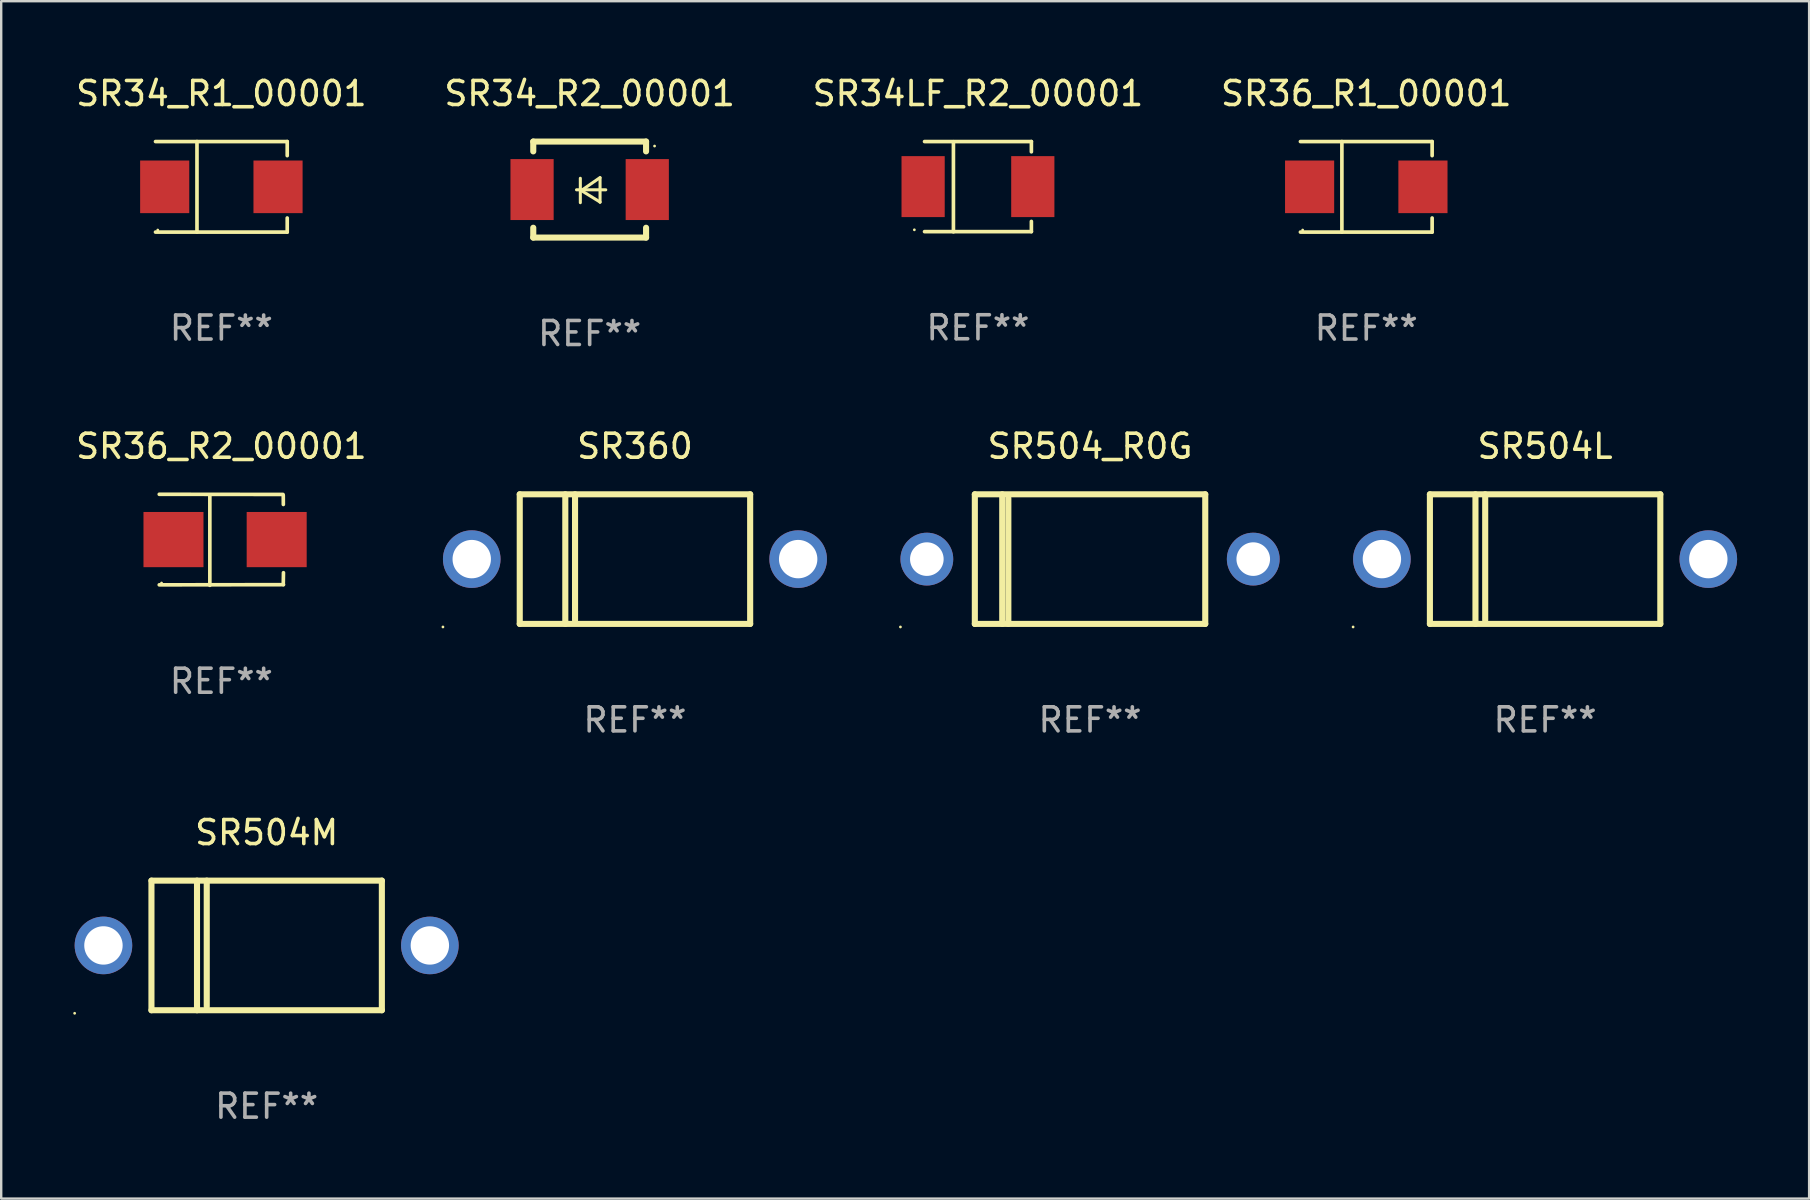
<source format=kicad_pcb>
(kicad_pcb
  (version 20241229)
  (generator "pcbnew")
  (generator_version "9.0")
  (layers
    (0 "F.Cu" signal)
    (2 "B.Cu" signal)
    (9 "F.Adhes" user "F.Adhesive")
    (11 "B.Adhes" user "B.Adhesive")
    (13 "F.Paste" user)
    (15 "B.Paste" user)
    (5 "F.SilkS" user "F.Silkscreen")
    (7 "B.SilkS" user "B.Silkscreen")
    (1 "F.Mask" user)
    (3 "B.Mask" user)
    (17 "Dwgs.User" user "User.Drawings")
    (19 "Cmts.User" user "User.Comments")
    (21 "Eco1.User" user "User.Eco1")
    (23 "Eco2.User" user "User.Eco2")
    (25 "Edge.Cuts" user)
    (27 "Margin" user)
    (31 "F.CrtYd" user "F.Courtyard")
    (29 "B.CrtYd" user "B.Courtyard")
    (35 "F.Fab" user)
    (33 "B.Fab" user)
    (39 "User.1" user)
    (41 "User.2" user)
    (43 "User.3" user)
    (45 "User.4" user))
  (footprint "SR36_R1_00001"
    (layer "F.Cu")
    (at 53.875 4.734)
    (property "Reference" "SR36_R1_00001" (at 0 -3.886 0) (layer "F.SilkS") (effects (font (size 1 1) (thickness 0.15))))
    (attr through_hole)
    (fp_line (start -2.744 -1.886) (end 2.744 -1.886) (stroke (width 0.152) (type solid)) (layer "F.SilkS"))
    (fp_line (start -2.744 1.886) (end 2.744 1.886) (stroke (width 0.152) (type solid)) (layer "F.SilkS"))
    (fp_line (start -1.016 -1.886) (end -1.016 1.886) (stroke (width 0.152) (type solid)) (layer "F.SilkS"))
    (fp_line (start 2.744 -1.886) (end 2.744 -1.299) (stroke (width 0.152) (type solid)) (layer "F.SilkS"))
    (fp_line (start 2.744 1.886) (end 2.744 1.299) (stroke (width 0.152) (type solid)) (layer "F.SilkS"))
    (fp_circle (center -2.65 1.8) (end -2.62 1.8) (stroke (width 0.06) (type solid)) (fill no) (layer "F.SilkS"))
    (fp_text user "REF**" (at 0 5.886 0) (layer "F.Fab") (effects (font (size 1 1) (thickness 0.15))))
    (pad "1" smd rect (at -2.361 0) (size 2.047 2.192) (layers "F.Cu" "F.Mask" "F.Paste"))
    (pad "2" smd rect (at 2.361 0) (size 2.047 2.192) (layers "F.Cu" "F.Mask" "F.Paste")))
  (footprint "SR504M"
    (layer "F.Cu")
    (at 8.06 36.341)
    (property "Reference" "SR504M" (at 0 -4.7 0) (layer "F.SilkS") (effects (font (size 1 1) (thickness 0.15))))
    (attr through_hole)
    (fp_line (start -4.8 -2.7) (end -4.8 2.7) (stroke (width 0.254) (type solid)) (layer "F.SilkS"))
    (fp_line (start -4.8 -2.7) (end 4.8 -2.7) (stroke (width 0.254) (type solid)) (layer "F.SilkS"))
    (fp_line (start -2.902 -2.7) (end -2.902 2.7) (stroke (width 0.254) (type solid)) (layer "F.SilkS"))
    (fp_line (start -2.496 -2.7) (end -2.496 2.54) (stroke (width 0.254) (type solid)) (layer "F.SilkS"))
    (fp_line (start 4.8 -2.7) (end 4.8 2.7) (stroke (width 0.254) (type solid)) (layer "F.SilkS"))
    (fp_line (start 4.8 2.7) (end -4.8 2.7) (stroke (width 0.254) (type solid)) (layer "F.SilkS"))
    (fp_circle (center -8 2.827) (end -7.97 2.827) (stroke (width 0.06) (type solid)) (fill no) (layer "F.SilkS"))
    (fp_text user "REF**" (at 0 6.7 0) (layer "F.Fab") (effects (font (size 1 1) (thickness 0.15))))
    (pad "1" thru_hole circle (at -6.8 0) (size 2.4 2.4) (drill 1.6) (layers "*.Cu" "*.Mask"))
    (pad "2" thru_hole circle (at 6.8 0) (size 2.4 2.4) (drill 1.6) (layers "*.Cu" "*.Mask")))
  (footprint "SR34_R2_00001"
    (layer "F.Cu")
    (at 21.518 4.848)
    (property "Reference" "SR34_R2_00001" (at 0 -4 0) (layer "F.SilkS") (effects (font (size 1 1) (thickness 0.15))))
    (attr through_hole)
    (fp_line (start -2.35 -2) (end -2.35 -1.591) (stroke (width 0.254) (type solid)) (layer "F.SilkS"))
    (fp_line (start -2.35 -2) (end 2.35 -2) (stroke (width 0.254) (type solid)) (layer "F.SilkS"))
    (fp_line (start -2.35 1.591) (end -2.35 2) (stroke (width 0.254) (type solid)) (layer "F.SilkS"))
    (fp_line (start -2.35 2) (end 2.35 2) (stroke (width 0.254) (type solid)) (layer "F.SilkS"))
    (fp_line (start -0.548 0.01) (end 0.671 0.01) (stroke (width 0.127) (type solid)) (layer "F.SilkS"))
    (fp_line (start -0.389 -0.47) (end -0.389 0.546) (stroke (width 0.127) (type solid)) (layer "F.SilkS"))
    (fp_line (start -0.35 0.04) (end 0.433 0.52) (stroke (width 0.127) (type solid)) (layer "F.SilkS"))
    (fp_line (start 0.433 -0.5) (end -0.35 0.04) (stroke (width 0.127) (type solid)) (layer "F.SilkS"))
    (fp_line (start 0.433 0.53) (end 0.433 -0.486) (stroke (width 0.127) (type solid)) (layer "F.SilkS"))
    (fp_line (start 2.35 -2) (end 2.35 -1.591) (stroke (width 0.254) (type solid)) (layer "F.SilkS"))
    (fp_line (start 2.35 1.591) (end 2.35 2) (stroke (width 0.254) (type solid)) (layer "F.SilkS"))
    (fp_circle (center 2.704 -1.813) (end 2.734 -1.813) (stroke (width 0.06) (type solid)) (fill no) (layer "F.SilkS"))
    (fp_text user "REF**" (at 0 6 0) (layer "F.Fab") (effects (font (size 1 1) (thickness 0.15))))
    (pad "1" smd rect (at 2.4 0) (size 1.8 2.54) (layers "F.Cu" "F.Mask" "F.Paste"))
    (pad "2" smd rect (at -2.4 0) (size 1.8 2.54) (layers "F.Cu" "F.Mask" "F.Paste")))
  (footprint "SR360"
    (layer "F.Cu")
    (at 23.405 20.245)
    (property "Reference" "SR360" (at 0 -4.7 0) (layer "F.SilkS") (effects (font (size 1 1) (thickness 0.15))))
    (attr through_hole)
    (fp_line (start -4.8 -2.7) (end -4.8 2.7) (stroke (width 0.254) (type solid)) (layer "F.SilkS"))
    (fp_line (start -4.8 -2.7) (end 4.8 -2.7) (stroke (width 0.254) (type solid)) (layer "F.SilkS"))
    (fp_line (start -2.902 -2.7) (end -2.902 2.7) (stroke (width 0.254) (type solid)) (layer "F.SilkS"))
    (fp_line (start -2.496 -2.7) (end -2.496 2.54) (stroke (width 0.254) (type solid)) (layer "F.SilkS"))
    (fp_line (start 4.8 -2.7) (end 4.8 2.7) (stroke (width 0.254) (type solid)) (layer "F.SilkS"))
    (fp_line (start 4.8 2.7) (end -4.8 2.7) (stroke (width 0.254) (type solid)) (layer "F.SilkS"))
    (fp_circle (center -8 2.827) (end -7.97 2.827) (stroke (width 0.06) (type solid)) (fill no) (layer "F.SilkS"))
    (fp_text user "REF**" (at 0 6.7 0) (layer "F.Fab") (effects (font (size 1 1) (thickness 0.15))))
    (pad "1" thru_hole circle (at -6.8 0) (size 2.4 2.4) (drill 1.6) (layers "*.Cu" "*.Mask"))
    (pad "2" thru_hole circle (at 6.8 0) (size 2.4 2.4) (drill 1.6) (layers "*.Cu" "*.Mask")))
  (footprint "SR36_R2_00001"
    (layer "F.Cu")
    (at 6.173 19.44)
    (property "Reference" "SR36_R2_00001" (at 0 -3.896 0) (layer "F.SilkS") (effects (font (size 1 1) (thickness 0.15))))
    (attr through_hole)
    (fp_line (start -2.588 -1.896) (end 2.568 -1.889) (stroke (width 0.152) (type solid)) (layer "F.SilkS"))
    (fp_line (start -2.588 1.877) (end 2.588 1.87) (stroke (width 0.152) (type solid)) (layer "F.SilkS"))
    (fp_line (start -0.48 1.896) (end -0.48 -1.871) (stroke (width 0.152) (type solid)) (layer "F.SilkS"))
    (fp_line (start 2.579 -1.849) (end 2.582 -1.472) (stroke (width 0.152) (type solid)) (layer "F.SilkS"))
    (fp_line (start 2.579 1.867) (end 2.587 1.372) (stroke (width 0.152) (type solid)) (layer "F.SilkS"))
    (fp_circle (center -2.492 1.801) (end -2.462 1.801) (stroke (width 0.06) (type solid)) (fill no) (layer "F.SilkS"))
    (fp_text user "REF**" (at 0 5.896 0) (layer "F.Fab") (effects (font (size 1 1) (thickness 0.15))))
    (pad "1" smd rect (at -1.995 -0.009) (size 2.5 2.3) (layers "F.Cu" "F.Mask" "F.Paste"))
    (pad "2" smd rect (at 2.305 -0.009) (size 2.5 2.3) (layers "F.Cu" "F.Mask" "F.Paste")))
  (footprint "SR504_R0G"
    (layer "F.Cu")
    (at 42.366 20.245)
    (property "Reference" "SR504_R0G" (at 0 -4.7 0) (layer "F.SilkS") (effects (font (size 1 1) (thickness 0.15))))
    (attr through_hole)
    (fp_line (start -4.8 -2.7) (end 4.8 -2.7) (stroke (width 0.254) (type solid)) (layer "F.SilkS"))
    (fp_line (start -4.8 2.7) (end -4.8 -2.7) (stroke (width 0.254) (type solid)) (layer "F.SilkS"))
    (fp_line (start -3.658 2.7) (end -3.658 -2.7) (stroke (width 0.254) (type solid)) (layer "F.SilkS"))
    (fp_line (start -3.404 2.7) (end -3.404 -2.54) (stroke (width 0.254) (type solid)) (layer "F.SilkS"))
    (fp_line (start 4.8 2.7) (end -4.8 2.7) (stroke (width 0.254) (type solid)) (layer "F.SilkS"))
    (fp_line (start 4.8 2.7) (end 4.8 -2.7) (stroke (width 0.254) (type solid)) (layer "F.SilkS"))
    (fp_circle (center -7.9 2.827) (end -7.87 2.827) (stroke (width 0.06) (type solid)) (fill no) (layer "F.SilkS"))
    (fp_text user "REF**" (at 0 6.7 0) (layer "F.Fab") (effects (font (size 1 1) (thickness 0.15))))
    (pad "1" thru_hole circle (at -6.8 0) (size 2.2 2.2) (drill 1.4) (layers "*.Cu" "*.Mask"))
    (pad "2" thru_hole circle (at 6.8 0) (size 2.2 2.2) (drill 1.4) (layers "*.Cu" "*.Mask")))
  (footprint "SR34_R1_00001"
    (layer "F.Cu")
    (at 6.173 4.734)
    (property "Reference" "SR34_R1_00001" (at 0 -3.886 0) (layer "F.SilkS") (effects (font (size 1 1) (thickness 0.15))))
    (attr through_hole)
    (fp_line (start -2.744 -1.886) (end 2.744 -1.886) (stroke (width 0.152) (type solid)) (layer "F.SilkS"))
    (fp_line (start -2.744 1.886) (end 2.744 1.886) (stroke (width 0.152) (type solid)) (layer "F.SilkS"))
    (fp_line (start -1.016 -1.886) (end -1.016 1.886) (stroke (width 0.152) (type solid)) (layer "F.SilkS"))
    (fp_line (start 2.744 -1.886) (end 2.744 -1.299) (stroke (width 0.152) (type solid)) (layer "F.SilkS"))
    (fp_line (start 2.744 1.886) (end 2.744 1.299) (stroke (width 0.152) (type solid)) (layer "F.SilkS"))
    (fp_circle (center -2.65 1.8) (end -2.62 1.8) (stroke (width 0.06) (type solid)) (fill no) (layer "F.SilkS"))
    (fp_text user "REF**" (at 0 5.886 0) (layer "F.Fab") (effects (font (size 1 1) (thickness 0.15))))
    (pad "1" smd rect (at -2.361 0) (size 2.047 2.192) (layers "F.Cu" "F.Mask" "F.Paste"))
    (pad "2" smd rect (at 2.361 0) (size 2.047 2.192) (layers "F.Cu" "F.Mask" "F.Paste")))
  (footprint "SR34LF_R2_00001"
    (layer "F.Cu")
    (at 37.696 4.728)
    (property "Reference" "SR34LF_R2_00001" (at 0 -3.88 0) (layer "F.SilkS") (effects (font (size 1 1) (thickness 0.15))))
    (attr through_hole)
    (fp_line (start -2.226 -1.88) (end 2.226 -1.88) (stroke (width 0.152) (type solid)) (layer "F.SilkS"))
    (fp_line (start -2.226 1.873) (end 2.226 1.873) (stroke (width 0.152) (type solid)) (layer "F.SilkS"))
    (fp_line (start -1.022 -1.873) (end -1.022 1.88) (stroke (width 0.152) (type solid)) (layer "F.SilkS"))
    (fp_line (start 2.226 -1.88) (end 2.226 -1.453) (stroke (width 0.152) (type solid)) (layer "F.SilkS"))
    (fp_line (start 2.226 1.447) (end 2.226 1.873) (stroke (width 0.152) (type solid)) (layer "F.SilkS"))
    (fp_circle (center -2.65 1.797) (end -2.62 1.797) (stroke (width 0.06) (type solid)) (fill no) (layer "F.SilkS"))
    (fp_text user "REF**" (at 0 5.88 0) (layer "F.Fab") (effects (font (size 1 1) (thickness 0.15))))
    (pad "1" smd rect (at -2.285 -0.003) (size 1.8 2.54) (layers "F.Cu" "F.Mask" "F.Paste"))
    (pad "2" smd rect (at 2.285 -0.003) (size 1.8 2.54) (layers "F.Cu" "F.Mask" "F.Paste")))
  (footprint "SR504L"
    (layer "F.Cu")
    (at 61.326 20.245)
    (property "Reference" "SR504L" (at 0 -4.7 0) (layer "F.SilkS") (effects (font (size 1 1) (thickness 0.15))))
    (attr through_hole)
    (fp_line (start -4.8 -2.7) (end -4.8 2.7) (stroke (width 0.254) (type solid)) (layer "F.SilkS"))
    (fp_line (start -4.8 -2.7) (end 4.8 -2.7) (stroke (width 0.254) (type solid)) (layer "F.SilkS"))
    (fp_line (start -2.902 -2.7) (end -2.902 2.7) (stroke (width 0.254) (type solid)) (layer "F.SilkS"))
    (fp_line (start -2.496 -2.7) (end -2.496 2.54) (stroke (width 0.254) (type solid)) (layer "F.SilkS"))
    (fp_line (start 4.8 -2.7) (end 4.8 2.7) (stroke (width 0.254) (type solid)) (layer "F.SilkS"))
    (fp_line (start 4.8 2.7) (end -4.8 2.7) (stroke (width 0.254) (type solid)) (layer "F.SilkS"))
    (fp_circle (center -8 2.827) (end -7.97 2.827) (stroke (width 0.06) (type solid)) (fill no) (layer "F.SilkS"))
    (fp_text user "REF**" (at 0 6.7 0) (layer "F.Fab") (effects (font (size 1 1) (thickness 0.15))))
    (pad "1" thru_hole circle (at -6.8 0) (size 2.4 2.4) (drill 1.6) (layers "*.Cu" "*.Mask"))
    (pad "2" thru_hole circle (at 6.8 0) (size 2.4 2.4) (drill 1.6) (layers "*.Cu" "*.Mask")))
  (gr_rect
    (start -3 -3)
    (end 72.326 46.889)
    (stroke (width 0.1) (type default))
    (fill no)
    (layer "Edge.Cuts")))
</source>
